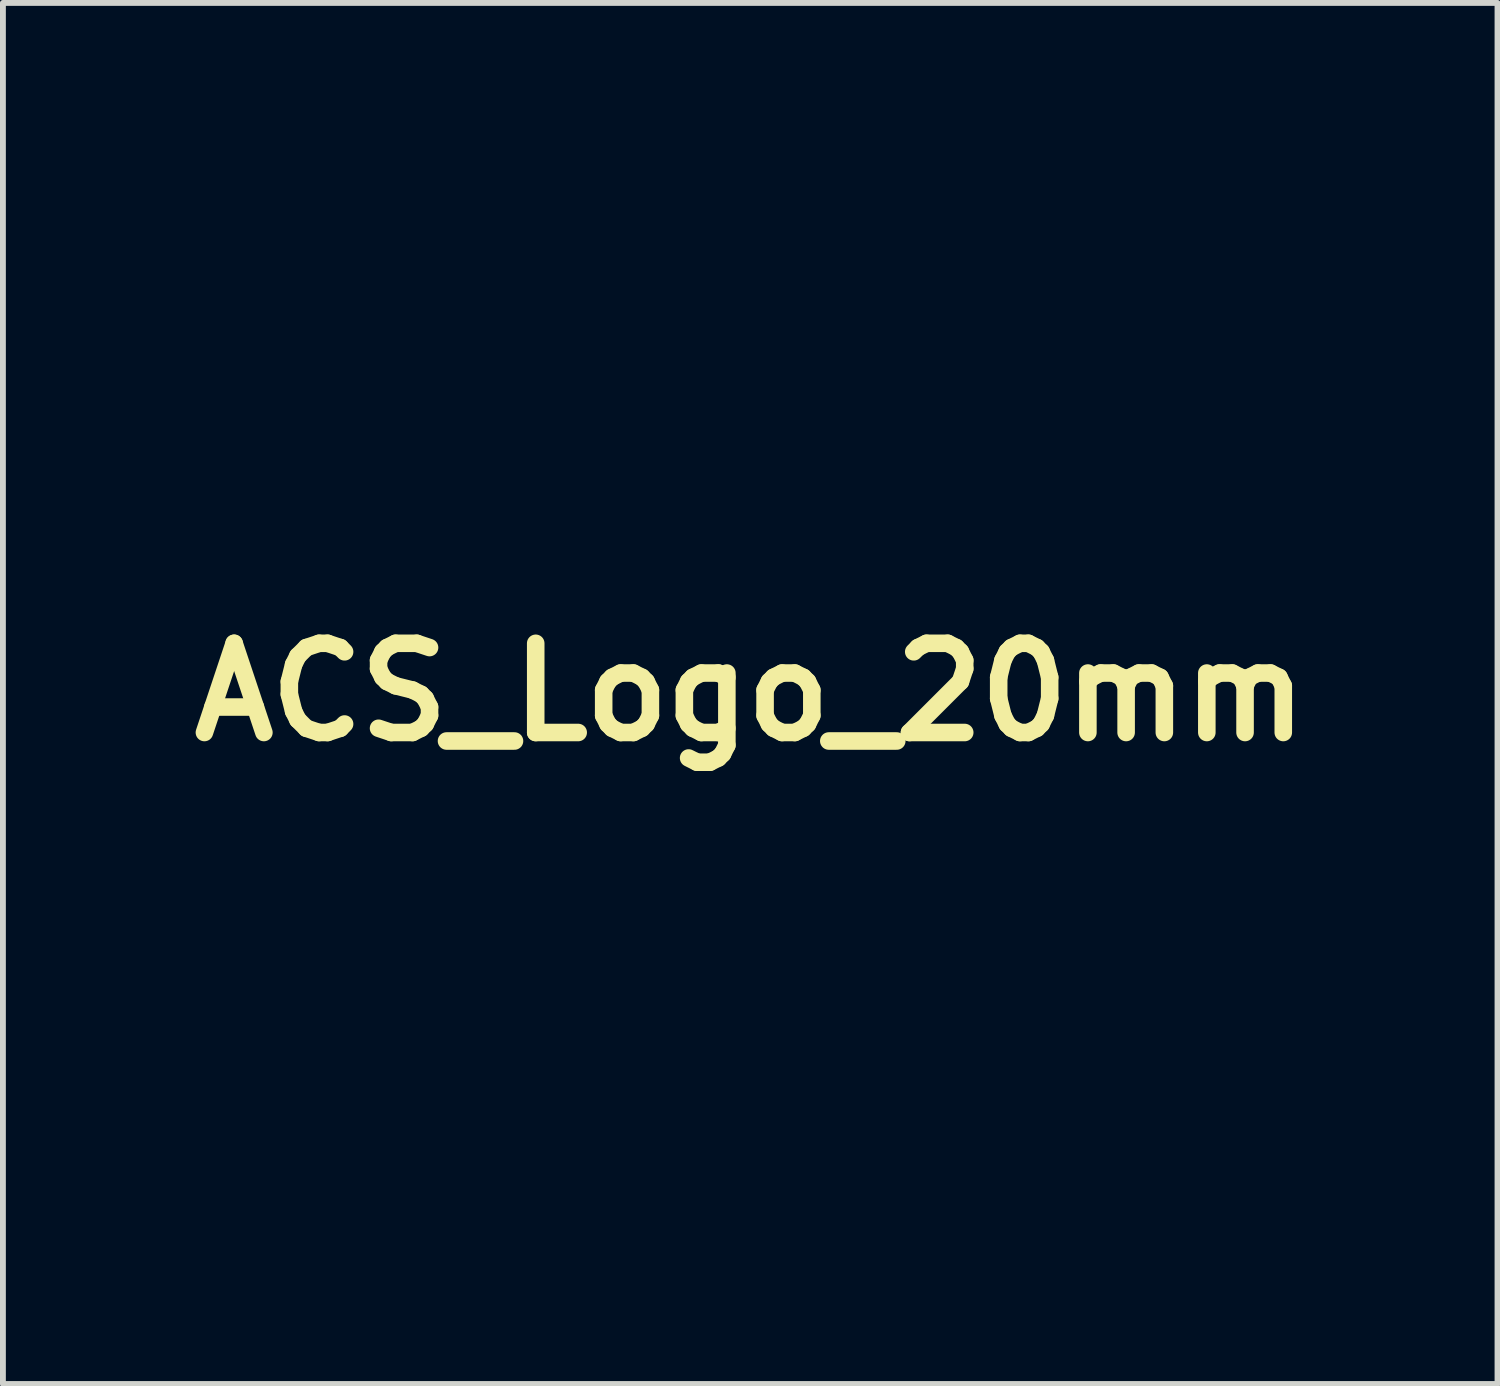
<source format=kicad_pcb>
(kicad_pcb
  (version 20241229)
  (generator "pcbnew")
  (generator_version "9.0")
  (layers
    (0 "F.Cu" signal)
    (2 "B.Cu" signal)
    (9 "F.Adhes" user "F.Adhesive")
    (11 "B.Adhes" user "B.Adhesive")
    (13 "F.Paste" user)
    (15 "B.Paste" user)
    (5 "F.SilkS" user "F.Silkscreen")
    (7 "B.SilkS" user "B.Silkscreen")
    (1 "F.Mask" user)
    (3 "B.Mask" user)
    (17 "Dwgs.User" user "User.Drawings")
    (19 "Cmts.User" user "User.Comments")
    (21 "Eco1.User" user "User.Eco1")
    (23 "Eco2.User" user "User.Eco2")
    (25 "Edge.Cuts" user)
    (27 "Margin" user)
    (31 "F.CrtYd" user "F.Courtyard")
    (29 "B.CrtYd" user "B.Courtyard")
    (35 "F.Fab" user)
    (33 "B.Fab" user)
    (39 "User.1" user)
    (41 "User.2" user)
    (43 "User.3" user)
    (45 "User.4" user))
  (footprint "ACS_Logo_20mm"
    (layer "F.Cu")
    (at 9.768 8.776)
    (property "Reference" "ACS_Logo_20mm" (at 0 0 0) (layer "F.SilkS") (effects (font (size 1.524 1.524) (thickness 0.3))))
    (attr through_hole)
    (fp_poly (pts (xy -0.737 -8.77) (xy -0.516 -8.768) (xy -0.311 -8.763) (xy -0.13 -8.758) (xy 0.021 -8.751) (xy 0.095 -8.745) (xy 0.313 -8.726) (xy 0.54 -8.703) (xy 0.769 -8.677) (xy 0.994 -8.649) (xy 1.207 -8.62) (xy 1.401 -8.592) (xy 1.569 -8.564) (xy 1.705 -8.538) (xy 1.746 -8.53) (xy 1.778 -8.527) (xy 1.85 -8.525) (xy 1.961 -8.523) (xy 2.108 -8.521) (xy 2.29 -8.519) (xy 2.506 -8.517) (xy 2.753 -8.515) (xy 3.028 -8.514) (xy 3.332 -8.513) (xy 3.661 -8.512) (xy 4.014 -8.511) (xy 4.389 -8.51) (xy 4.784 -8.51) (xy 5.138 -8.51) (xy 8.445 -8.509) (xy 8.445 0.297) (xy 8.75 0.905) (xy 8.864 1.136) (xy 8.959 1.337) (xy 9.037 1.514) (xy 9.099 1.673) (xy 9.147 1.821) (xy 9.183 1.964) (xy 9.208 2.108) (xy 9.224 2.259) (xy 9.233 2.425) (xy 9.237 2.611) (xy 9.238 2.709) (xy 9.233 2.99) (xy 9.218 3.245) (xy 9.189 3.483) (xy 9.146 3.712) (xy 9.087 3.938) (xy 9.009 4.17) (xy 8.91 4.415) (xy 8.789 4.682) (xy 8.698 4.868) (xy 8.43 5.408) (xy 8.073 5.758) (xy 7.908 5.915) (xy 7.763 6.046) (xy 7.631 6.154) (xy 7.503 6.247) (xy 7.373 6.328) (xy 7.234 6.404) (xy 7.131 6.454) (xy 6.846 6.576) (xy 6.525 6.689) (xy 6.176 6.792) (xy 5.804 6.882) (xy 5.415 6.958) (xy 5.018 7.02) (xy 4.616 7.064) (xy 4.508 7.073) (xy 4.18 7.099) (xy 4 7.261) (xy 3.725 7.499) (xy 3.431 7.73) (xy 3.128 7.948) (xy 2.829 8.145) (xy 2.592 8.285) (xy 2.508 8.33) (xy 2.435 8.366) (xy 2.362 8.395) (xy 2.28 8.422) (xy 2.178 8.449) (xy 2.046 8.481) (xy 2.021 8.487) (xy 1.372 8.618) (xy 0.709 8.718) (xy 0.041 8.784) (xy -0.625 8.815) (xy -1.279 8.812) (xy -1.45 8.805) (xy -1.715 8.79) (xy -1.991 8.768) (xy -2.272 8.74) (xy -2.555 8.708) (xy -2.835 8.672) (xy -3.108 8.633) (xy -3.369 8.591) (xy -3.613 8.547) (xy -3.836 8.502) (xy -4.034 8.457) (xy -4.202 8.412) (xy -4.336 8.367) (xy -4.413 8.334) (xy -4.622 8.222) (xy -4.852 8.085) (xy -5.095 7.928) (xy -5.341 7.758) (xy -5.582 7.58) (xy -5.7 7.488) (xy -5.755 7.442) (xy -5.835 7.369) (xy -5.939 7.272) (xy -6.062 7.155) (xy -6.202 7.021) (xy -6.355 6.873) (xy -6.518 6.714) (xy -6.687 6.548) (xy -6.86 6.378) (xy -7.032 6.207) (xy -7.201 6.039) (xy -7.363 5.876) (xy -7.515 5.723) (xy -7.654 5.582) (xy -7.776 5.456) (xy -7.878 5.35) (xy -7.957 5.265) (xy -7.999 5.218) (xy -8.114 5.082) (xy -8.205 4.971) (xy -8.275 4.877) (xy -8.331 4.793) (xy -8.375 4.712) (xy -8.413 4.627) (xy -8.448 4.53) (xy -8.469 4.469) (xy -8.569 4.134) (xy -8.664 3.767) (xy -8.751 3.378) (xy -8.829 2.978) (xy -8.894 2.576) (xy -8.947 2.182) (xy -8.984 1.807) (xy -8.986 1.778) (xy -8.993 1.684) (xy -9.001 1.598) (xy -9.008 1.534) (xy -9.009 1.524) (xy -9.012 1.484) (xy -9.015 1.407) (xy -9.019 1.301) (xy -9.023 1.172) (xy -9.027 1.025) (xy -9.031 0.867) (xy -9.031 0.857) (xy -9.044 0.265) (xy -8.713 -0.397) (xy -8.382 -1.058) (xy -8.382 -3.006) (xy -8.583 -3.408) (xy -8.653 -3.55) (xy -8.71 -3.673) (xy -8.752 -3.772) (xy -8.777 -3.841) (xy -8.784 -3.874) (xy -8.776 -3.919) (xy -8.755 -3.997) (xy -8.722 -4.102) (xy -8.679 -4.226) (xy -8.629 -4.365) (xy -8.574 -4.51) (xy -8.516 -4.656) (xy -8.474 -4.76) (xy -8.382 -4.98) (xy -8.382 -8.509) (xy -3.94 -8.509) (xy -3.57 -8.571) (xy -3.227 -8.624) (xy -2.855 -8.673) (xy -2.471 -8.715) (xy -2.127 -8.745) (xy -1.996 -8.754) (xy -1.83 -8.76) (xy -1.637 -8.765) (xy -1.424 -8.769) (xy -1.198 -8.771) (xy -0.966 -8.771) (xy -0.737 -8.77)) (stroke (width 0.01) (type solid)) (fill yes) (layer "F.Mask")))
  (gr_rect
    (start -3 -3)
    (end 22.536 20.597)
    (stroke (width 0.1) (type default))
    (fill no)
    (layer "Edge.Cuts")))
</source>
